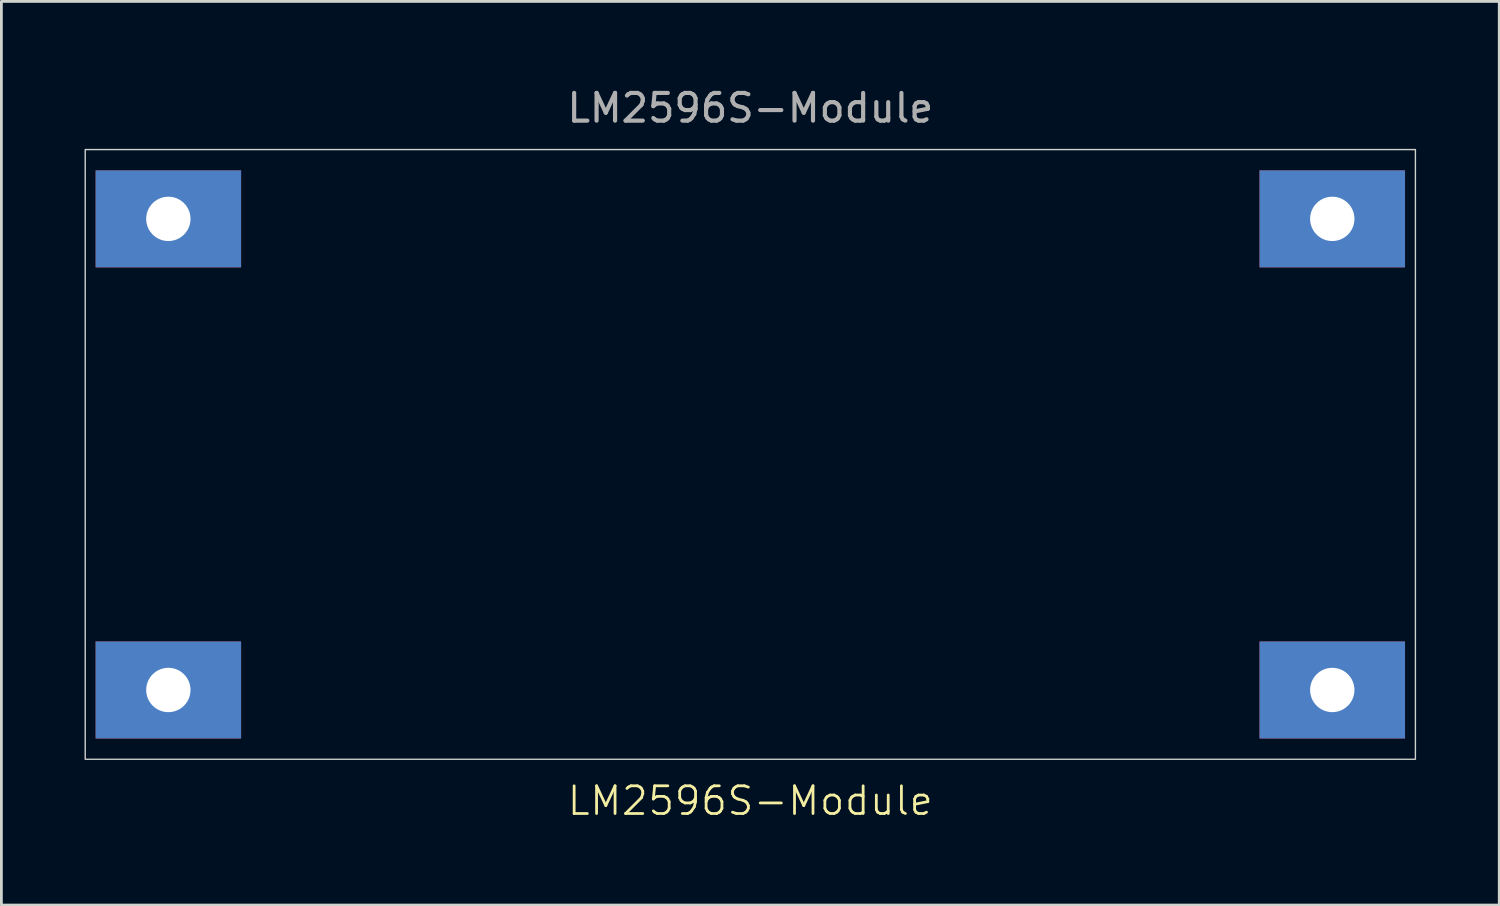
<source format=kicad_pcb>
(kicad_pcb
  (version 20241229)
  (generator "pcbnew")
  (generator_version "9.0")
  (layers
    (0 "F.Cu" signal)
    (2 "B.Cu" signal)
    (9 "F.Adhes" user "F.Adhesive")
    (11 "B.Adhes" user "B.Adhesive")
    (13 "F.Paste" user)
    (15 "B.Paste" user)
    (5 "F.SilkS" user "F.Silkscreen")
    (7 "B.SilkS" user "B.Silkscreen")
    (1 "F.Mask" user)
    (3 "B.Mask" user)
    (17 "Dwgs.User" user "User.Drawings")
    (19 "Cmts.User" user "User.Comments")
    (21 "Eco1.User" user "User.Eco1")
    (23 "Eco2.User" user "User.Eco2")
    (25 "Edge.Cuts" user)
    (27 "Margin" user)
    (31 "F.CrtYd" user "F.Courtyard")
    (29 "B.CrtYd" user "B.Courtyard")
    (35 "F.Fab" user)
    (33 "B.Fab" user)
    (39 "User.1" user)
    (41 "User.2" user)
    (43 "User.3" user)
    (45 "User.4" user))
  (footprint "LM2596S-Module"
    (layer "F.Cu")
    (at 24.025 13.348)
    (property "Reference" "LM2596S-Module" (at 0 12.5 0) (unlocked yes) (layer "F.SilkS") (effects (font (size 1 1) (thickness 0.1))))
    (attr smd)
    (fp_rect (start -24 -11) (end 24 11) (stroke (width 0.05) (type default)) (fill no) (layer "Edge.Cuts"))
    (fp_text user "${REFERENCE}" (at 0 -12.5 0) (unlocked yes) (layer "F.Fab") (effects (font (size 1 1) (thickness 0.15))))
    (pad "1" thru_hole rect (at -21 8.5) (size 5.25 3.5) (drill 1.6) (layers "*.Cu" "*.Mask"))
    (pad "2" thru_hole rect (at -21 -8.5) (size 5.25 3.5) (drill 1.6) (layers "*.Cu" "*.Mask"))
    (pad "3" thru_hole rect (at 21 8.5) (size 5.25 3.5) (drill 1.6) (layers "*.Cu" "*.Mask"))
    (pad "4" thru_hole rect (at 21 -8.5) (size 5.25 3.5) (drill 1.6) (layers "*.Cu" "*.Mask")))
  (gr_rect
    (start -3 -3)
    (end 51.05 29.609)
    (stroke (width 0.1) (type default))
    (fill no)
    (layer "Edge.Cuts")))
</source>
